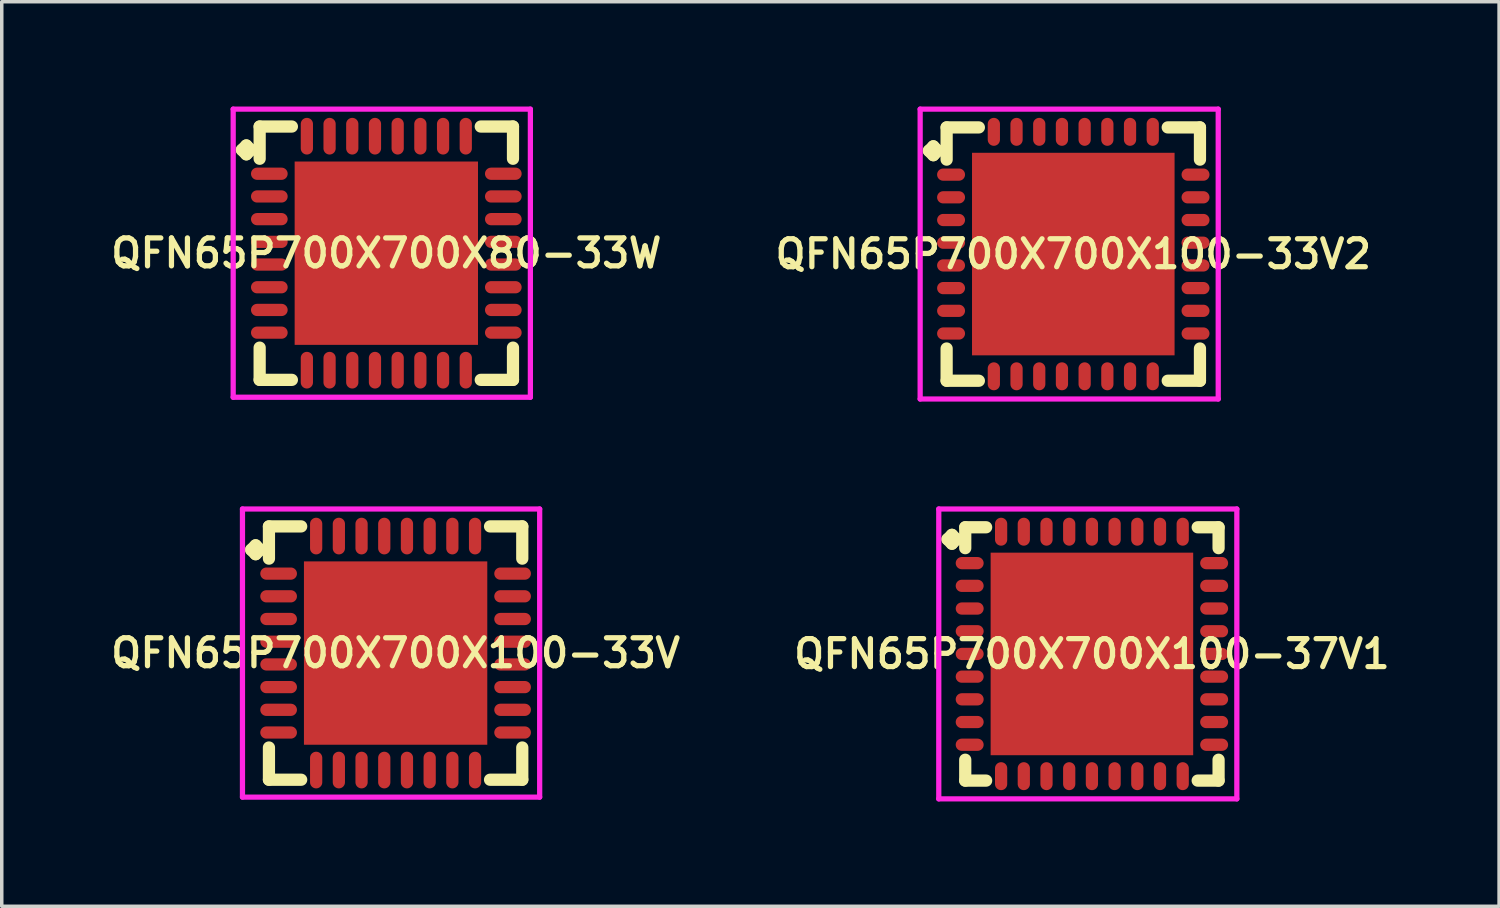
<source format=kicad_pcb>
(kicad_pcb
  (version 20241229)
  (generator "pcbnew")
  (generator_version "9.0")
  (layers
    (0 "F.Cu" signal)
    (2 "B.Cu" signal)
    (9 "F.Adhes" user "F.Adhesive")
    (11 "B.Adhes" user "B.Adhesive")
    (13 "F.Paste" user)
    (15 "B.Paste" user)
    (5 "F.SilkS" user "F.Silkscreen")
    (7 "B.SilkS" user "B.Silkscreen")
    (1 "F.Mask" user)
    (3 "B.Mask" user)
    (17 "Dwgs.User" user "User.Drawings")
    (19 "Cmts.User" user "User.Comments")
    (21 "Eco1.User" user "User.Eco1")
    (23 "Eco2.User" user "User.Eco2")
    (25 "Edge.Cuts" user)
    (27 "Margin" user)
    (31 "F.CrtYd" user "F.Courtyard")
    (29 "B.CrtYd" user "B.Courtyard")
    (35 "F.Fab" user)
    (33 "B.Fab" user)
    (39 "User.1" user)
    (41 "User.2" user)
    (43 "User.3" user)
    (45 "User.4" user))
  (footprint "QFN65P700X700X100-37V1"
    (layer "F.Cu")
    (at 28.216 15.675)
    (property "Reference" "QFN65P700X700X100-37V1" (at 0 0 0) (layer "F.SilkS") (effects (font (size 0.8 0.8) (thickness 0.15))))
    (attr smd)
    (fp_line (start -4.135 -3.283) (end -4.008 -3.41) (stroke (width 0.35) (type solid)) (layer "F.SilkS"))
    (fp_line (start -4.008 -3.41) (end -3.881 -3.283) (stroke (width 0.35) (type solid)) (layer "F.SilkS"))
    (fp_line (start -4.008 -3.156) (end -4.135 -3.283) (stroke (width 0.35) (type solid)) (layer "F.SilkS"))
    (fp_line (start -3.881 -3.283) (end -4.008 -3.156) (stroke (width 0.35) (type solid)) (layer "F.SilkS"))
    (fp_line (start -3.627 -3.627) (end -3.029 -3.627) (stroke (width 0.35) (type solid)) (layer "F.SilkS"))
    (fp_line (start -3.627 -3.029) (end -3.627 -3.627) (stroke (width 0.35) (type solid)) (layer "F.SilkS"))
    (fp_line (start -3.627 3.029) (end -3.627 3.627) (stroke (width 0.35) (type solid)) (layer "F.SilkS"))
    (fp_line (start -3.627 3.627) (end -3.029 3.627) (stroke (width 0.35) (type solid)) (layer "F.SilkS"))
    (fp_line (start 3.029 -3.627) (end 3.627 -3.627) (stroke (width 0.35) (type solid)) (layer "F.SilkS"))
    (fp_line (start 3.029 3.627) (end 3.627 3.627) (stroke (width 0.35) (type solid)) (layer "F.SilkS"))
    (fp_line (start 3.627 -3.627) (end 3.627 -3.029) (stroke (width 0.35) (type solid)) (layer "F.SilkS"))
    (fp_line (start 3.627 3.627) (end 3.627 3.029) (stroke (width 0.35) (type solid)) (layer "F.SilkS"))
    (fp_line (start -4.385 -4.15) (end 4.15 -4.15) (stroke (width 0.15) (type solid)) (layer "F.CrtYd"))
    (fp_line (start -4.385 4.15) (end -4.385 -4.15) (stroke (width 0.15) (type solid)) (layer "F.CrtYd"))
    (fp_line (start 4.15 -4.15) (end 4.15 4.15) (stroke (width 0.15) (type solid)) (layer "F.CrtYd"))
    (fp_line (start 4.15 4.15) (end -4.385 4.15) (stroke (width 0.15) (type solid)) (layer "F.CrtYd"))
    (pad "1" smd oval (at -3.5 -2.6) (size 0.8 0.35) (layers "F.Cu" "F.Mask" "F.Paste"))
    (pad "2" smd oval (at -3.5 -1.95) (size 0.8 0.35) (layers "F.Cu" "F.Mask" "F.Paste"))
    (pad "3" smd oval (at -3.5 -1.3) (size 0.8 0.35) (layers "F.Cu" "F.Mask" "F.Paste"))
    (pad "4" smd oval (at -3.5 -0.65) (size 0.8 0.35) (layers "F.Cu" "F.Mask" "F.Paste"))
    (pad "5" smd oval (at -3.5 0) (size 0.8 0.35) (layers "F.Cu" "F.Mask" "F.Paste"))
    (pad "6" smd oval (at -3.5 0.65) (size 0.8 0.35) (layers "F.Cu" "F.Mask" "F.Paste"))
    (pad "7" smd oval (at -3.5 1.3) (size 0.8 0.35) (layers "F.Cu" "F.Mask" "F.Paste"))
    (pad "8" smd oval (at -3.5 1.95) (size 0.8 0.35) (layers "F.Cu" "F.Mask" "F.Paste"))
    (pad "9" smd oval (at -3.5 2.6) (size 0.8 0.35) (layers "F.Cu" "F.Mask" "F.Paste"))
    (pad "10" smd oval (at -2.6 3.5) (size 0.35 0.8) (layers "F.Cu" "F.Mask" "F.Paste"))
    (pad "11" smd oval (at -1.95 3.5) (size 0.35 0.8) (layers "F.Cu" "F.Mask" "F.Paste"))
    (pad "12" smd oval (at -1.3 3.5) (size 0.35 0.8) (layers "F.Cu" "F.Mask" "F.Paste"))
    (pad "13" smd oval (at -0.65 3.5) (size 0.35 0.8) (layers "F.Cu" "F.Mask" "F.Paste"))
    (pad "14" smd oval (at 0 3.5) (size 0.35 0.8) (layers "F.Cu" "F.Mask" "F.Paste"))
    (pad "15" smd oval (at 0.65 3.5) (size 0.35 0.8) (layers "F.Cu" "F.Mask" "F.Paste"))
    (pad "16" smd oval (at 1.3 3.5) (size 0.35 0.8) (layers "F.Cu" "F.Mask" "F.Paste"))
    (pad "17" smd oval (at 1.95 3.5) (size 0.35 0.8) (layers "F.Cu" "F.Mask" "F.Paste"))
    (pad "18" smd oval (at 2.6 3.5) (size 0.35 0.8) (layers "F.Cu" "F.Mask" "F.Paste"))
    (pad "19" smd oval (at 3.5 2.6) (size 0.8 0.35) (layers "F.Cu" "F.Mask" "F.Paste"))
    (pad "20" smd oval (at 3.5 1.95) (size 0.8 0.35) (layers "F.Cu" "F.Mask" "F.Paste"))
    (pad "21" smd oval (at 3.5 1.3) (size 0.8 0.35) (layers "F.Cu" "F.Mask" "F.Paste"))
    (pad "22" smd oval (at 3.5 0.65) (size 0.8 0.35) (layers "F.Cu" "F.Mask" "F.Paste"))
    (pad "23" smd oval (at 3.5 0) (size 0.8 0.35) (layers "F.Cu" "F.Mask" "F.Paste"))
    (pad "24" smd oval (at 3.5 -0.65) (size 0.8 0.35) (layers "F.Cu" "F.Mask" "F.Paste"))
    (pad "25" smd oval (at 3.5 -1.3) (size 0.8 0.35) (layers "F.Cu" "F.Mask" "F.Paste"))
    (pad "26" smd oval (at 3.5 -1.95) (size 0.8 0.35) (layers "F.Cu" "F.Mask" "F.Paste"))
    (pad "27" smd oval (at 3.5 -2.6) (size 0.8 0.35) (layers "F.Cu" "F.Mask" "F.Paste"))
    (pad "28" smd oval (at 2.6 -3.5) (size 0.35 0.8) (layers "F.Cu" "F.Mask" "F.Paste"))
    (pad "29" smd oval (at 1.95 -3.5) (size 0.35 0.8) (layers "F.Cu" "F.Mask" "F.Paste"))
    (pad "30" smd oval (at 1.3 -3.5) (size 0.35 0.8) (layers "F.Cu" "F.Mask" "F.Paste"))
    (pad "31" smd oval (at 0.65 -3.5) (size 0.35 0.8) (layers "F.Cu" "F.Mask" "F.Paste"))
    (pad "32" smd oval (at 0 -3.5) (size 0.35 0.8) (layers "F.Cu" "F.Mask" "F.Paste"))
    (pad "33" smd oval (at -0.65 -3.5) (size 0.35 0.8) (layers "F.Cu" "F.Mask" "F.Paste"))
    (pad "34" smd oval (at -1.3 -3.5) (size 0.35 0.8) (layers "F.Cu" "F.Mask" "F.Paste"))
    (pad "35" smd oval (at -1.95 -3.5) (size 0.35 0.8) (layers "F.Cu" "F.Mask" "F.Paste"))
    (pad "36" smd oval (at -2.6 -3.5) (size 0.35 0.8) (layers "F.Cu" "F.Mask" "F.Paste"))
    (pad "37" smd rect (at 0 0) (size 5.8 5.8) (layers "F.Cu" "F.Mask" "F.Paste")))
  (footprint "QFN65P700X700X100-33V2"
    (layer "F.Cu")
    (at 27.683 4.225)
    (property "Reference" "QFN65P700X700X100-33V2" (at 0 0 0) (layer "F.SilkS") (effects (font (size 0.8 0.8) (thickness 0.15))))
    (attr smd)
    (fp_line (start -4.135 -2.958) (end -4.008 -3.085) (stroke (width 0.35) (type solid)) (layer "F.SilkS"))
    (fp_line (start -4.008 -3.085) (end -3.881 -2.958) (stroke (width 0.35) (type solid)) (layer "F.SilkS"))
    (fp_line (start -4.008 -2.831) (end -4.135 -2.958) (stroke (width 0.35) (type solid)) (layer "F.SilkS"))
    (fp_line (start -3.881 -2.958) (end -4.008 -2.831) (stroke (width 0.35) (type solid)) (layer "F.SilkS"))
    (fp_line (start -3.627 -3.627) (end -2.704 -3.627) (stroke (width 0.35) (type solid)) (layer "F.SilkS"))
    (fp_line (start -3.627 -2.704) (end -3.627 -3.627) (stroke (width 0.35) (type solid)) (layer "F.SilkS"))
    (fp_line (start -3.627 2.704) (end -3.627 3.627) (stroke (width 0.35) (type solid)) (layer "F.SilkS"))
    (fp_line (start -3.627 3.627) (end -2.704 3.627) (stroke (width 0.35) (type solid)) (layer "F.SilkS"))
    (fp_line (start 2.704 -3.627) (end 3.627 -3.627) (stroke (width 0.35) (type solid)) (layer "F.SilkS"))
    (fp_line (start 2.704 3.627) (end 3.627 3.627) (stroke (width 0.35) (type solid)) (layer "F.SilkS"))
    (fp_line (start 3.627 -3.627) (end 3.627 -2.704) (stroke (width 0.35) (type solid)) (layer "F.SilkS"))
    (fp_line (start 3.627 3.627) (end 3.627 2.704) (stroke (width 0.35) (type solid)) (layer "F.SilkS"))
    (fp_line (start -4.385 -4.15) (end 4.15 -4.15) (stroke (width 0.15) (type solid)) (layer "F.CrtYd"))
    (fp_line (start -4.385 4.15) (end -4.385 -4.15) (stroke (width 0.15) (type solid)) (layer "F.CrtYd"))
    (fp_line (start 4.15 -4.15) (end 4.15 4.15) (stroke (width 0.15) (type solid)) (layer "F.CrtYd"))
    (fp_line (start 4.15 4.15) (end -4.385 4.15) (stroke (width 0.15) (type solid)) (layer "F.CrtYd"))
    (pad "1" smd oval (at -3.5 -2.275) (size 0.8 0.35) (layers "F.Cu" "F.Mask" "F.Paste"))
    (pad "2" smd oval (at -3.5 -1.625) (size 0.8 0.35) (layers "F.Cu" "F.Mask" "F.Paste"))
    (pad "3" smd oval (at -3.5 -0.975) (size 0.8 0.35) (layers "F.Cu" "F.Mask" "F.Paste"))
    (pad "4" smd oval (at -3.5 -0.325) (size 0.8 0.35) (layers "F.Cu" "F.Mask" "F.Paste"))
    (pad "5" smd oval (at -3.5 0.325) (size 0.8 0.35) (layers "F.Cu" "F.Mask" "F.Paste"))
    (pad "6" smd oval (at -3.5 0.975) (size 0.8 0.35) (layers "F.Cu" "F.Mask" "F.Paste"))
    (pad "7" smd oval (at -3.5 1.625) (size 0.8 0.35) (layers "F.Cu" "F.Mask" "F.Paste"))
    (pad "8" smd oval (at -3.5 2.275) (size 0.8 0.35) (layers "F.Cu" "F.Mask" "F.Paste"))
    (pad "9" smd oval (at -2.275 3.5) (size 0.35 0.8) (layers "F.Cu" "F.Mask" "F.Paste"))
    (pad "10" smd oval (at -1.625 3.5) (size 0.35 0.8) (layers "F.Cu" "F.Mask" "F.Paste"))
    (pad "11" smd oval (at -0.975 3.5) (size 0.35 0.8) (layers "F.Cu" "F.Mask" "F.Paste"))
    (pad "12" smd oval (at -0.325 3.5) (size 0.35 0.8) (layers "F.Cu" "F.Mask" "F.Paste"))
    (pad "13" smd oval (at 0.325 3.5) (size 0.35 0.8) (layers "F.Cu" "F.Mask" "F.Paste"))
    (pad "14" smd oval (at 0.975 3.5) (size 0.35 0.8) (layers "F.Cu" "F.Mask" "F.Paste"))
    (pad "15" smd oval (at 1.625 3.5) (size 0.35 0.8) (layers "F.Cu" "F.Mask" "F.Paste"))
    (pad "16" smd oval (at 2.275 3.5) (size 0.35 0.8) (layers "F.Cu" "F.Mask" "F.Paste"))
    (pad "17" smd oval (at 3.5 2.275) (size 0.8 0.35) (layers "F.Cu" "F.Mask" "F.Paste"))
    (pad "18" smd oval (at 3.5 1.625) (size 0.8 0.35) (layers "F.Cu" "F.Mask" "F.Paste"))
    (pad "19" smd oval (at 3.5 0.975) (size 0.8 0.35) (layers "F.Cu" "F.Mask" "F.Paste"))
    (pad "20" smd oval (at 3.5 0.325) (size 0.8 0.35) (layers "F.Cu" "F.Mask" "F.Paste"))
    (pad "21" smd oval (at 3.5 -0.325) (size 0.8 0.35) (layers "F.Cu" "F.Mask" "F.Paste"))
    (pad "22" smd oval (at 3.5 -0.975) (size 0.8 0.35) (layers "F.Cu" "F.Mask" "F.Paste"))
    (pad "23" smd oval (at 3.5 -1.625) (size 0.8 0.35) (layers "F.Cu" "F.Mask" "F.Paste"))
    (pad "24" smd oval (at 3.5 -2.275) (size 0.8 0.35) (layers "F.Cu" "F.Mask" "F.Paste"))
    (pad "25" smd oval (at 2.275 -3.5) (size 0.35 0.8) (layers "F.Cu" "F.Mask" "F.Paste"))
    (pad "26" smd oval (at 1.625 -3.5) (size 0.35 0.8) (layers "F.Cu" "F.Mask" "F.Paste"))
    (pad "27" smd oval (at 0.975 -3.5) (size 0.35 0.8) (layers "F.Cu" "F.Mask" "F.Paste"))
    (pad "28" smd oval (at 0.325 -3.5) (size 0.35 0.8) (layers "F.Cu" "F.Mask" "F.Paste"))
    (pad "29" smd oval (at -0.325 -3.5) (size 0.35 0.8) (layers "F.Cu" "F.Mask" "F.Paste"))
    (pad "30" smd oval (at -0.975 -3.5) (size 0.35 0.8) (layers "F.Cu" "F.Mask" "F.Paste"))
    (pad "31" smd oval (at -1.625 -3.5) (size 0.35 0.8) (layers "F.Cu" "F.Mask" "F.Paste"))
    (pad "32" smd oval (at -2.275 -3.5) (size 0.35 0.8) (layers "F.Cu" "F.Mask" "F.Paste"))
    (pad "33" smd rect (at 0 0) (size 5.8 5.8) (layers "F.Cu" "F.Mask" "F.Paste")))
  (footprint "QFN65P700X700X100-33V"
    (layer "F.Cu")
    (at 8.278 15.65)
    (property "Reference" "QFN65P700X700X100-33V" (at 0 0 0) (layer "F.SilkS") (effects (font (size 0.8 0.8) (thickness 0.15))))
    (attr smd)
    (fp_line (start -4.135 -2.958) (end -4.008 -3.085) (stroke (width 0.35) (type solid)) (layer "F.SilkS"))
    (fp_line (start -4.008 -3.085) (end -3.881 -2.958) (stroke (width 0.35) (type solid)) (layer "F.SilkS"))
    (fp_line (start -4.008 -2.831) (end -4.135 -2.958) (stroke (width 0.35) (type solid)) (layer "F.SilkS"))
    (fp_line (start -3.881 -2.958) (end -4.008 -2.831) (stroke (width 0.35) (type solid)) (layer "F.SilkS"))
    (fp_line (start -3.627 -3.627) (end -2.704 -3.627) (stroke (width 0.35) (type solid)) (layer "F.SilkS"))
    (fp_line (start -3.627 -2.704) (end -3.627 -3.627) (stroke (width 0.35) (type solid)) (layer "F.SilkS"))
    (fp_line (start -3.627 2.704) (end -3.627 3.627) (stroke (width 0.35) (type solid)) (layer "F.SilkS"))
    (fp_line (start -3.627 3.627) (end -2.704 3.627) (stroke (width 0.35) (type solid)) (layer "F.SilkS"))
    (fp_line (start 2.704 -3.627) (end 3.627 -3.627) (stroke (width 0.35) (type solid)) (layer "F.SilkS"))
    (fp_line (start 2.704 3.627) (end 3.627 3.627) (stroke (width 0.35) (type solid)) (layer "F.SilkS"))
    (fp_line (start 3.627 -3.627) (end 3.627 -2.704) (stroke (width 0.35) (type solid)) (layer "F.SilkS"))
    (fp_line (start 3.627 3.627) (end 3.627 2.704) (stroke (width 0.35) (type solid)) (layer "F.SilkS"))
    (fp_line (start -4.385 -4.125) (end 4.125 -4.125) (stroke (width 0.15) (type solid)) (layer "F.CrtYd"))
    (fp_line (start -4.385 4.125) (end -4.385 -4.125) (stroke (width 0.15) (type solid)) (layer "F.CrtYd"))
    (fp_line (start 4.125 -4.125) (end 4.125 4.125) (stroke (width 0.15) (type solid)) (layer "F.CrtYd"))
    (fp_line (start 4.125 4.125) (end -4.385 4.125) (stroke (width 0.15) (type solid)) (layer "F.CrtYd"))
    (pad "1" smd oval (at -3.35 -2.275) (size 1.05 0.35) (layers "F.Cu" "F.Mask" "F.Paste"))
    (pad "2" smd oval (at -3.35 -1.625) (size 1.05 0.35) (layers "F.Cu" "F.Mask" "F.Paste"))
    (pad "3" smd oval (at -3.35 -0.975) (size 1.05 0.35) (layers "F.Cu" "F.Mask" "F.Paste"))
    (pad "4" smd oval (at -3.35 -0.325) (size 1.05 0.35) (layers "F.Cu" "F.Mask" "F.Paste"))
    (pad "5" smd oval (at -3.35 0.325) (size 1.05 0.35) (layers "F.Cu" "F.Mask" "F.Paste"))
    (pad "6" smd oval (at -3.35 0.975) (size 1.05 0.35) (layers "F.Cu" "F.Mask" "F.Paste"))
    (pad "7" smd oval (at -3.35 1.625) (size 1.05 0.35) (layers "F.Cu" "F.Mask" "F.Paste"))
    (pad "8" smd oval (at -3.35 2.275) (size 1.05 0.35) (layers "F.Cu" "F.Mask" "F.Paste"))
    (pad "9" smd oval (at -2.275 3.35) (size 0.35 1.05) (layers "F.Cu" "F.Mask" "F.Paste"))
    (pad "10" smd oval (at -1.625 3.35) (size 0.35 1.05) (layers "F.Cu" "F.Mask" "F.Paste"))
    (pad "11" smd oval (at -0.975 3.35) (size 0.35 1.05) (layers "F.Cu" "F.Mask" "F.Paste"))
    (pad "12" smd oval (at -0.325 3.35) (size 0.35 1.05) (layers "F.Cu" "F.Mask" "F.Paste"))
    (pad "13" smd oval (at 0.325 3.35) (size 0.35 1.05) (layers "F.Cu" "F.Mask" "F.Paste"))
    (pad "14" smd oval (at 0.975 3.35) (size 0.35 1.05) (layers "F.Cu" "F.Mask" "F.Paste"))
    (pad "15" smd oval (at 1.625 3.35) (size 0.35 1.05) (layers "F.Cu" "F.Mask" "F.Paste"))
    (pad "16" smd oval (at 2.275 3.35) (size 0.35 1.05) (layers "F.Cu" "F.Mask" "F.Paste"))
    (pad "17" smd oval (at 3.35 2.275) (size 1.05 0.35) (layers "F.Cu" "F.Mask" "F.Paste"))
    (pad "18" smd oval (at 3.35 1.625) (size 1.05 0.35) (layers "F.Cu" "F.Mask" "F.Paste"))
    (pad "19" smd oval (at 3.35 0.975) (size 1.05 0.35) (layers "F.Cu" "F.Mask" "F.Paste"))
    (pad "20" smd oval (at 3.35 0.325) (size 1.05 0.35) (layers "F.Cu" "F.Mask" "F.Paste"))
    (pad "21" smd oval (at 3.35 -0.325) (size 1.05 0.35) (layers "F.Cu" "F.Mask" "F.Paste"))
    (pad "22" smd oval (at 3.35 -0.975) (size 1.05 0.35) (layers "F.Cu" "F.Mask" "F.Paste"))
    (pad "23" smd oval (at 3.35 -1.625) (size 1.05 0.35) (layers "F.Cu" "F.Mask" "F.Paste"))
    (pad "24" smd oval (at 3.35 -2.275) (size 1.05 0.35) (layers "F.Cu" "F.Mask" "F.Paste"))
    (pad "25" smd oval (at 2.275 -3.35) (size 0.35 1.05) (layers "F.Cu" "F.Mask" "F.Paste"))
    (pad "26" smd oval (at 1.625 -3.35) (size 0.35 1.05) (layers "F.Cu" "F.Mask" "F.Paste"))
    (pad "27" smd oval (at 0.975 -3.35) (size 0.35 1.05) (layers "F.Cu" "F.Mask" "F.Paste"))
    (pad "28" smd oval (at 0.325 -3.35) (size 0.35 1.05) (layers "F.Cu" "F.Mask" "F.Paste"))
    (pad "29" smd oval (at -0.325 -3.35) (size 0.35 1.05) (layers "F.Cu" "F.Mask" "F.Paste"))
    (pad "30" smd oval (at -0.975 -3.35) (size 0.35 1.05) (layers "F.Cu" "F.Mask" "F.Paste"))
    (pad "31" smd oval (at -1.625 -3.35) (size 0.35 1.05) (layers "F.Cu" "F.Mask" "F.Paste"))
    (pad "32" smd oval (at -2.275 -3.35) (size 0.35 1.05) (layers "F.Cu" "F.Mask" "F.Paste"))
    (pad "33" smd rect (at 0 0) (size 5.25 5.25) (layers "F.Cu" "F.Mask" "F.Paste")))
  (footprint "QFN65P700X700X80-33W"
    (layer "F.Cu")
    (at 8.012 4.2)
    (property "Reference" "QFN65P700X700X80-33W" (at 0 0 0) (layer "F.SilkS") (effects (font (size 0.8 0.8) (thickness 0.15))))
    (attr smd)
    (fp_line (start -4.135 -2.958) (end -4.008 -3.085) (stroke (width 0.35) (type solid)) (layer "F.SilkS"))
    (fp_line (start -4.008 -3.085) (end -3.881 -2.958) (stroke (width 0.35) (type solid)) (layer "F.SilkS"))
    (fp_line (start -4.008 -2.831) (end -4.135 -2.958) (stroke (width 0.35) (type solid)) (layer "F.SilkS"))
    (fp_line (start -3.881 -2.958) (end -4.008 -2.831) (stroke (width 0.35) (type solid)) (layer "F.SilkS"))
    (fp_line (start -3.627 -3.627) (end -2.704 -3.627) (stroke (width 0.35) (type solid)) (layer "F.SilkS"))
    (fp_line (start -3.627 -2.704) (end -3.627 -3.627) (stroke (width 0.35) (type solid)) (layer "F.SilkS"))
    (fp_line (start -3.627 2.704) (end -3.627 3.627) (stroke (width 0.35) (type solid)) (layer "F.SilkS"))
    (fp_line (start -3.627 3.627) (end -2.704 3.627) (stroke (width 0.35) (type solid)) (layer "F.SilkS"))
    (fp_line (start 2.704 -3.627) (end 3.627 -3.627) (stroke (width 0.35) (type solid)) (layer "F.SilkS"))
    (fp_line (start 2.704 3.627) (end 3.627 3.627) (stroke (width 0.35) (type solid)) (layer "F.SilkS"))
    (fp_line (start 3.627 -3.627) (end 3.627 -2.704) (stroke (width 0.35) (type solid)) (layer "F.SilkS"))
    (fp_line (start 3.627 3.627) (end 3.627 2.704) (stroke (width 0.35) (type solid)) (layer "F.SilkS"))
    (fp_line (start -4.385 -4.125) (end 4.125 -4.125) (stroke (width 0.15) (type solid)) (layer "F.CrtYd"))
    (fp_line (start -4.385 4.125) (end -4.385 -4.125) (stroke (width 0.15) (type solid)) (layer "F.CrtYd"))
    (fp_line (start 4.125 -4.125) (end 4.125 4.125) (stroke (width 0.15) (type solid)) (layer "F.CrtYd"))
    (fp_line (start 4.125 4.125) (end -4.385 4.125) (stroke (width 0.15) (type solid)) (layer "F.CrtYd"))
    (pad "1" smd oval (at -3.35 -2.275) (size 1.05 0.35) (layers "F.Cu" "F.Mask" "F.Paste"))
    (pad "2" smd oval (at -3.35 -1.625) (size 1.05 0.35) (layers "F.Cu" "F.Mask" "F.Paste"))
    (pad "3" smd oval (at -3.35 -0.975) (size 1.05 0.35) (layers "F.Cu" "F.Mask" "F.Paste"))
    (pad "4" smd oval (at -3.35 -0.325) (size 1.05 0.35) (layers "F.Cu" "F.Mask" "F.Paste"))
    (pad "5" smd oval (at -3.35 0.325) (size 1.05 0.35) (layers "F.Cu" "F.Mask" "F.Paste"))
    (pad "6" smd oval (at -3.35 0.975) (size 1.05 0.35) (layers "F.Cu" "F.Mask" "F.Paste"))
    (pad "7" smd oval (at -3.35 1.625) (size 1.05 0.35) (layers "F.Cu" "F.Mask" "F.Paste"))
    (pad "8" smd oval (at -3.35 2.275) (size 1.05 0.35) (layers "F.Cu" "F.Mask" "F.Paste"))
    (pad "9" smd oval (at -2.275 3.35) (size 0.35 1.05) (layers "F.Cu" "F.Mask" "F.Paste"))
    (pad "10" smd oval (at -1.625 3.35) (size 0.35 1.05) (layers "F.Cu" "F.Mask" "F.Paste"))
    (pad "11" smd oval (at -0.975 3.35) (size 0.35 1.05) (layers "F.Cu" "F.Mask" "F.Paste"))
    (pad "12" smd oval (at -0.325 3.35) (size 0.35 1.05) (layers "F.Cu" "F.Mask" "F.Paste"))
    (pad "13" smd oval (at 0.325 3.35) (size 0.35 1.05) (layers "F.Cu" "F.Mask" "F.Paste"))
    (pad "14" smd oval (at 0.975 3.35) (size 0.35 1.05) (layers "F.Cu" "F.Mask" "F.Paste"))
    (pad "15" smd oval (at 1.625 3.35) (size 0.35 1.05) (layers "F.Cu" "F.Mask" "F.Paste"))
    (pad "16" smd oval (at 2.275 3.35) (size 0.35 1.05) (layers "F.Cu" "F.Mask" "F.Paste"))
    (pad "17" smd oval (at 3.35 2.275) (size 1.05 0.35) (layers "F.Cu" "F.Mask" "F.Paste"))
    (pad "18" smd oval (at 3.35 1.625) (size 1.05 0.35) (layers "F.Cu" "F.Mask" "F.Paste"))
    (pad "19" smd oval (at 3.35 0.975) (size 1.05 0.35) (layers "F.Cu" "F.Mask" "F.Paste"))
    (pad "20" smd oval (at 3.35 0.325) (size 1.05 0.35) (layers "F.Cu" "F.Mask" "F.Paste"))
    (pad "21" smd oval (at 3.35 -0.325) (size 1.05 0.35) (layers "F.Cu" "F.Mask" "F.Paste"))
    (pad "22" smd oval (at 3.35 -0.975) (size 1.05 0.35) (layers "F.Cu" "F.Mask" "F.Paste"))
    (pad "23" smd oval (at 3.35 -1.625) (size 1.05 0.35) (layers "F.Cu" "F.Mask" "F.Paste"))
    (pad "24" smd oval (at 3.35 -2.275) (size 1.05 0.35) (layers "F.Cu" "F.Mask" "F.Paste"))
    (pad "25" smd oval (at 2.275 -3.35) (size 0.35 1.05) (layers "F.Cu" "F.Mask" "F.Paste"))
    (pad "26" smd oval (at 1.625 -3.35) (size 0.35 1.05) (layers "F.Cu" "F.Mask" "F.Paste"))
    (pad "27" smd oval (at 0.975 -3.35) (size 0.35 1.05) (layers "F.Cu" "F.Mask" "F.Paste"))
    (pad "28" smd oval (at 0.325 -3.35) (size 0.35 1.05) (layers "F.Cu" "F.Mask" "F.Paste"))
    (pad "29" smd oval (at -0.325 -3.35) (size 0.35 1.05) (layers "F.Cu" "F.Mask" "F.Paste"))
    (pad "30" smd oval (at -0.975 -3.35) (size 0.35 1.05) (layers "F.Cu" "F.Mask" "F.Paste"))
    (pad "31" smd oval (at -1.625 -3.35) (size 0.35 1.05) (layers "F.Cu" "F.Mask" "F.Paste"))
    (pad "32" smd oval (at -2.275 -3.35) (size 0.35 1.05) (layers "F.Cu" "F.Mask" "F.Paste"))
    (pad "33" smd rect (at 0 0) (size 5.25 5.25) (layers "F.Cu" "F.Mask" "F.Paste")))
  (gr_rect
    (start -3 -3)
    (end 39.875 22.9)
    (stroke (width 0.1) (type default))
    (fill no)
    (layer "Edge.Cuts")))
</source>
